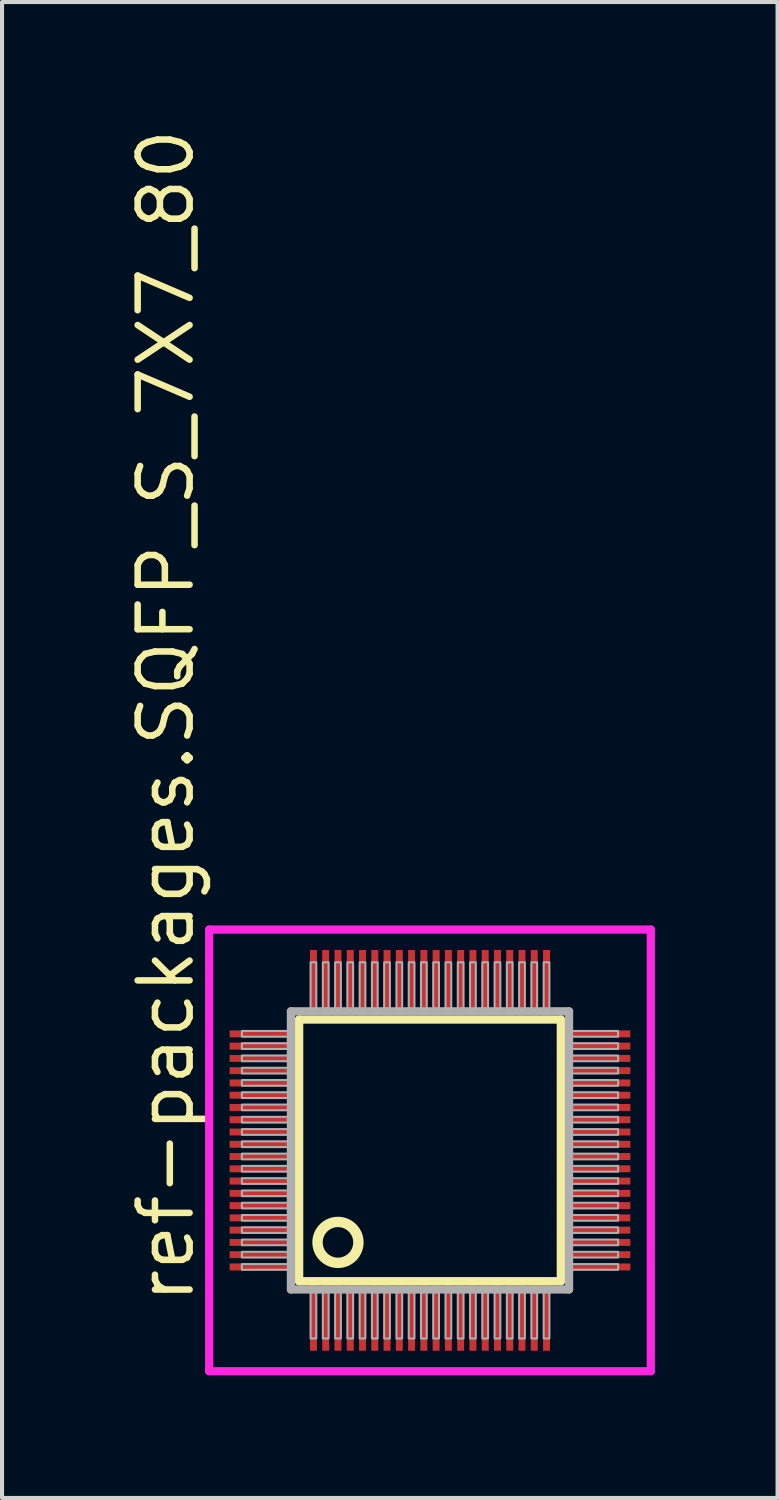
<source format=kicad_pcb>
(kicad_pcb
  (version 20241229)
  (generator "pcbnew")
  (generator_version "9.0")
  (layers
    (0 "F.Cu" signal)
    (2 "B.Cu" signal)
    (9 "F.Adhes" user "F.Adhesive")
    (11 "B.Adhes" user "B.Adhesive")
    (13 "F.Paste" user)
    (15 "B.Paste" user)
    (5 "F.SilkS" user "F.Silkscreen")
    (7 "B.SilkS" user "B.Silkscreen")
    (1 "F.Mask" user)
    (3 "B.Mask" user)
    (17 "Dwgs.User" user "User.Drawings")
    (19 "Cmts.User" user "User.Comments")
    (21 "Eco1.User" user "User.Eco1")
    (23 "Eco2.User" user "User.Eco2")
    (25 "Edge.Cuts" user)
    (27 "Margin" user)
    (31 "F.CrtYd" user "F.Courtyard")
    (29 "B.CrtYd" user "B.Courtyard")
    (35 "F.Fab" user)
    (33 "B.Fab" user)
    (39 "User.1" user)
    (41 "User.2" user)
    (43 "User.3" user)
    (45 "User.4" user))
  (footprint "ref-packages.SQFP_S_7X7_80"
    (layer "F.Cu")
    (at 7.465 25.082)
    (property "Reference" "ref-packages.SQFP_S_7X7_80" (at -5.715 3.81 90) (layer "F.SilkS") (effects (font (size 1.27 1.27) (thickness 0.16)) (justify left bottom)))
    (attr smd)
    (fp_line (start -3.2 -3.2) (end 3.2 -3.2) (stroke (width 0.203) (type default)) (layer "F.SilkS"))
    (fp_line (start -3.2 3.2) (end -3.2 -3.2) (stroke (width 0.203) (type default)) (layer "F.SilkS"))
    (fp_line (start 3.2 -3.2) (end 3.2 3.2) (stroke (width 0.203) (type default)) (layer "F.SilkS"))
    (fp_line (start 3.2 3.2) (end -3.2 3.2) (stroke (width 0.203) (type default)) (layer "F.SilkS"))
    (fp_circle (center -2.25 2.25) (end -1.75 2.25) (stroke (width 0.254) (type default)) (fill no) (layer "F.SilkS"))
    (fp_line (start -5.4 -5.4) (end 5.4 -5.4) (stroke (width 0.2) (type default)) (layer "F.CrtYd"))
    (fp_line (start -5.4 5.4) (end -5.4 -5.4) (stroke (width 0.2) (type default)) (layer "F.CrtYd"))
    (fp_line (start 5.4 -5.4) (end 5.4 5.4) (stroke (width 0.2) (type default)) (layer "F.CrtYd"))
    (fp_line (start 5.4 5.4) (end -5.4 5.4) (stroke (width 0.2) (type default)) (layer "F.CrtYd"))
    (fp_line (start -3.4 -3.4) (end -3.4 3.4) (stroke (width 0.203) (type default)) (layer "F.Fab"))
    (fp_line (start -3.4 3.4) (end 3.4 3.4) (stroke (width 0.203) (type default)) (layer "F.Fab"))
    (fp_line (start 3.4 -3.4) (end -3.4 -3.4) (stroke (width 0.203) (type default)) (layer "F.Fab"))
    (fp_line (start 3.4 3.4) (end 3.4 -3.4) (stroke (width 0.203) (type default)) (layer "F.Fab"))
    (fp_rect (start -4.6 -2.78) (end -3.45 -2.92) (stroke (width 0.05) (type default)) (fill no) (layer "F.Fab"))
    (fp_rect (start -4.6 -2.48) (end -3.45 -2.62) (stroke (width 0.05) (type default)) (fill no) (layer "F.Fab"))
    (fp_rect (start -4.6 -2.18) (end -3.45 -2.32) (stroke (width 0.05) (type default)) (fill no) (layer "F.Fab"))
    (fp_rect (start -4.6 -1.88) (end -3.45 -2.02) (stroke (width 0.05) (type default)) (fill no) (layer "F.Fab"))
    (fp_rect (start -4.6 -1.58) (end -3.45 -1.72) (stroke (width 0.05) (type default)) (fill no) (layer "F.Fab"))
    (fp_rect (start -4.6 -1.28) (end -3.45 -1.42) (stroke (width 0.05) (type default)) (fill no) (layer "F.Fab"))
    (fp_rect (start -4.6 -0.98) (end -3.45 -1.12) (stroke (width 0.05) (type default)) (fill no) (layer "F.Fab"))
    (fp_rect (start -4.6 -0.68) (end -3.45 -0.82) (stroke (width 0.05) (type default)) (fill no) (layer "F.Fab"))
    (fp_rect (start -4.6 -0.38) (end -3.45 -0.52) (stroke (width 0.05) (type default)) (fill no) (layer "F.Fab"))
    (fp_rect (start -4.6 -0.08) (end -3.45 -0.22) (stroke (width 0.05) (type default)) (fill no) (layer "F.Fab"))
    (fp_rect (start -4.6 0.22) (end -3.45 0.08) (stroke (width 0.05) (type default)) (fill no) (layer "F.Fab"))
    (fp_rect (start -4.6 0.52) (end -3.45 0.38) (stroke (width 0.05) (type default)) (fill no) (layer "F.Fab"))
    (fp_rect (start -4.6 0.82) (end -3.45 0.68) (stroke (width 0.05) (type default)) (fill no) (layer "F.Fab"))
    (fp_rect (start -4.6 1.12) (end -3.45 0.98) (stroke (width 0.05) (type default)) (fill no) (layer "F.Fab"))
    (fp_rect (start -4.6 1.42) (end -3.45 1.28) (stroke (width 0.05) (type default)) (fill no) (layer "F.Fab"))
    (fp_rect (start -4.6 1.72) (end -3.45 1.58) (stroke (width 0.05) (type default)) (fill no) (layer "F.Fab"))
    (fp_rect (start -4.6 2.02) (end -3.45 1.88) (stroke (width 0.05) (type default)) (fill no) (layer "F.Fab"))
    (fp_rect (start -4.6 2.32) (end -3.45 2.18) (stroke (width 0.05) (type default)) (fill no) (layer "F.Fab"))
    (fp_rect (start -4.6 2.62) (end -3.45 2.48) (stroke (width 0.05) (type default)) (fill no) (layer "F.Fab"))
    (fp_rect (start -4.6 2.92) (end -3.45 2.78) (stroke (width 0.05) (type default)) (fill no) (layer "F.Fab"))
    (fp_rect (start -2.92 -3.45) (end -2.78 -4.6) (stroke (width 0.05) (type default)) (fill no) (layer "F.Fab"))
    (fp_rect (start -2.92 4.6) (end -2.78 3.45) (stroke (width 0.05) (type default)) (fill no) (layer "F.Fab"))
    (fp_rect (start -2.62 -3.45) (end -2.48 -4.6) (stroke (width 0.05) (type default)) (fill no) (layer "F.Fab"))
    (fp_rect (start -2.62 4.6) (end -2.48 3.45) (stroke (width 0.05) (type default)) (fill no) (layer "F.Fab"))
    (fp_rect (start -2.32 -3.45) (end -2.18 -4.6) (stroke (width 0.05) (type default)) (fill no) (layer "F.Fab"))
    (fp_rect (start -2.32 4.6) (end -2.18 3.45) (stroke (width 0.05) (type default)) (fill no) (layer "F.Fab"))
    (fp_rect (start -2.02 -3.45) (end -1.88 -4.6) (stroke (width 0.05) (type default)) (fill no) (layer "F.Fab"))
    (fp_rect (start -2.02 4.6) (end -1.88 3.45) (stroke (width 0.05) (type default)) (fill no) (layer "F.Fab"))
    (fp_rect (start -1.72 -3.45) (end -1.58 -4.6) (stroke (width 0.05) (type default)) (fill no) (layer "F.Fab"))
    (fp_rect (start -1.72 4.6) (end -1.58 3.45) (stroke (width 0.05) (type default)) (fill no) (layer "F.Fab"))
    (fp_rect (start -1.42 -3.45) (end -1.28 -4.6) (stroke (width 0.05) (type default)) (fill no) (layer "F.Fab"))
    (fp_rect (start -1.42 4.6) (end -1.28 3.45) (stroke (width 0.05) (type default)) (fill no) (layer "F.Fab"))
    (fp_rect (start -1.12 -3.45) (end -0.98 -4.6) (stroke (width 0.05) (type default)) (fill no) (layer "F.Fab"))
    (fp_rect (start -1.12 4.6) (end -0.98 3.45) (stroke (width 0.05) (type default)) (fill no) (layer "F.Fab"))
    (fp_rect (start -0.82 -3.45) (end -0.68 -4.6) (stroke (width 0.05) (type default)) (fill no) (layer "F.Fab"))
    (fp_rect (start -0.82 4.6) (end -0.68 3.45) (stroke (width 0.05) (type default)) (fill no) (layer "F.Fab"))
    (fp_rect (start -0.52 -3.45) (end -0.38 -4.6) (stroke (width 0.05) (type default)) (fill no) (layer "F.Fab"))
    (fp_rect (start -0.52 4.6) (end -0.38 3.45) (stroke (width 0.05) (type default)) (fill no) (layer "F.Fab"))
    (fp_rect (start -0.22 -3.45) (end -0.08 -4.6) (stroke (width 0.05) (type default)) (fill no) (layer "F.Fab"))
    (fp_rect (start -0.22 4.6) (end -0.08 3.45) (stroke (width 0.05) (type default)) (fill no) (layer "F.Fab"))
    (fp_rect (start 0.08 -3.45) (end 0.22 -4.6) (stroke (width 0.05) (type default)) (fill no) (layer "F.Fab"))
    (fp_rect (start 0.08 4.6) (end 0.22 3.45) (stroke (width 0.05) (type default)) (fill no) (layer "F.Fab"))
    (fp_rect (start 0.38 -3.45) (end 0.52 -4.6) (stroke (width 0.05) (type default)) (fill no) (layer "F.Fab"))
    (fp_rect (start 0.38 4.6) (end 0.52 3.45) (stroke (width 0.05) (type default)) (fill no) (layer "F.Fab"))
    (fp_rect (start 0.68 -3.45) (end 0.82 -4.6) (stroke (width 0.05) (type default)) (fill no) (layer "F.Fab"))
    (fp_rect (start 0.68 4.6) (end 0.82 3.45) (stroke (width 0.05) (type default)) (fill no) (layer "F.Fab"))
    (fp_rect (start 0.98 -3.45) (end 1.12 -4.6) (stroke (width 0.05) (type default)) (fill no) (layer "F.Fab"))
    (fp_rect (start 0.98 4.6) (end 1.12 3.45) (stroke (width 0.05) (type default)) (fill no) (layer "F.Fab"))
    (fp_rect (start 1.28 -3.45) (end 1.42 -4.6) (stroke (width 0.05) (type default)) (fill no) (layer "F.Fab"))
    (fp_rect (start 1.28 4.6) (end 1.42 3.45) (stroke (width 0.05) (type default)) (fill no) (layer "F.Fab"))
    (fp_rect (start 1.58 -3.45) (end 1.72 -4.6) (stroke (width 0.05) (type default)) (fill no) (layer "F.Fab"))
    (fp_rect (start 1.58 4.6) (end 1.72 3.45) (stroke (width 0.05) (type default)) (fill no) (layer "F.Fab"))
    (fp_rect (start 1.88 -3.45) (end 2.02 -4.6) (stroke (width 0.05) (type default)) (fill no) (layer "F.Fab"))
    (fp_rect (start 1.88 4.6) (end 2.02 3.45) (stroke (width 0.05) (type default)) (fill no) (layer "F.Fab"))
    (fp_rect (start 2.18 -3.45) (end 2.32 -4.6) (stroke (width 0.05) (type default)) (fill no) (layer "F.Fab"))
    (fp_rect (start 2.18 4.6) (end 2.32 3.45) (stroke (width 0.05) (type default)) (fill no) (layer "F.Fab"))
    (fp_rect (start 2.48 -3.45) (end 2.62 -4.6) (stroke (width 0.05) (type default)) (fill no) (layer "F.Fab"))
    (fp_rect (start 2.48 4.6) (end 2.62 3.45) (stroke (width 0.05) (type default)) (fill no) (layer "F.Fab"))
    (fp_rect (start 2.78 -3.45) (end 2.92 -4.6) (stroke (width 0.05) (type default)) (fill no) (layer "F.Fab"))
    (fp_rect (start 2.78 4.6) (end 2.92 3.45) (stroke (width 0.05) (type default)) (fill no) (layer "F.Fab"))
    (fp_rect (start 3.45 -2.78) (end 4.6 -2.92) (stroke (width 0.05) (type default)) (fill no) (layer "F.Fab"))
    (fp_rect (start 3.45 -2.48) (end 4.6 -2.62) (stroke (width 0.05) (type default)) (fill no) (layer "F.Fab"))
    (fp_rect (start 3.45 -2.18) (end 4.6 -2.32) (stroke (width 0.05) (type default)) (fill no) (layer "F.Fab"))
    (fp_rect (start 3.45 -1.88) (end 4.6 -2.02) (stroke (width 0.05) (type default)) (fill no) (layer "F.Fab"))
    (fp_rect (start 3.45 -1.58) (end 4.6 -1.72) (stroke (width 0.05) (type default)) (fill no) (layer "F.Fab"))
    (fp_rect (start 3.45 -1.28) (end 4.6 -1.42) (stroke (width 0.05) (type default)) (fill no) (layer "F.Fab"))
    (fp_rect (start 3.45 -0.98) (end 4.6 -1.12) (stroke (width 0.05) (type default)) (fill no) (layer "F.Fab"))
    (fp_rect (start 3.45 -0.68) (end 4.6 -0.82) (stroke (width 0.05) (type default)) (fill no) (layer "F.Fab"))
    (fp_rect (start 3.45 -0.38) (end 4.6 -0.52) (stroke (width 0.05) (type default)) (fill no) (layer "F.Fab"))
    (fp_rect (start 3.45 -0.08) (end 4.6 -0.22) (stroke (width 0.05) (type default)) (fill no) (layer "F.Fab"))
    (fp_rect (start 3.45 0.22) (end 4.6 0.08) (stroke (width 0.05) (type default)) (fill no) (layer "F.Fab"))
    (fp_rect (start 3.45 0.52) (end 4.6 0.38) (stroke (width 0.05) (type default)) (fill no) (layer "F.Fab"))
    (fp_rect (start 3.45 0.82) (end 4.6 0.68) (stroke (width 0.05) (type default)) (fill no) (layer "F.Fab"))
    (fp_rect (start 3.45 1.12) (end 4.6 0.98) (stroke (width 0.05) (type default)) (fill no) (layer "F.Fab"))
    (fp_rect (start 3.45 1.42) (end 4.6 1.28) (stroke (width 0.05) (type default)) (fill no) (layer "F.Fab"))
    (fp_rect (start 3.45 1.72) (end 4.6 1.58) (stroke (width 0.05) (type default)) (fill no) (layer "F.Fab"))
    (fp_rect (start 3.45 2.02) (end 4.6 1.88) (stroke (width 0.05) (type default)) (fill no) (layer "F.Fab"))
    (fp_rect (start 3.45 2.32) (end 4.6 2.18) (stroke (width 0.05) (type default)) (fill no) (layer "F.Fab"))
    (fp_rect (start 3.45 2.62) (end 4.6 2.48) (stroke (width 0.05) (type default)) (fill no) (layer "F.Fab"))
    (fp_rect (start 3.45 2.92) (end 4.6 2.78) (stroke (width 0.05) (type default)) (fill no) (layer "F.Fab"))
    (pad "1" smd roundrect (at -2.85 4.1) (size 0.17 1.6) (layers "F.Cu" "F.Mask" "F.Paste") (roundrect_rratio 0.01))
    (pad "2" smd roundrect (at -2.55 4.1) (size 0.17 1.6) (layers "F.Cu" "F.Mask" "F.Paste") (roundrect_rratio 0.01))
    (pad "3" smd roundrect (at -2.25 4.1) (size 0.17 1.6) (layers "F.Cu" "F.Mask" "F.Paste") (roundrect_rratio 0.01))
    (pad "4" smd roundrect (at -1.95 4.1) (size 0.17 1.6) (layers "F.Cu" "F.Mask" "F.Paste") (roundrect_rratio 0.01))
    (pad "5" smd roundrect (at -1.65 4.1) (size 0.17 1.6) (layers "F.Cu" "F.Mask" "F.Paste") (roundrect_rratio 0.01))
    (pad "6" smd roundrect (at -1.35 4.1) (size 0.17 1.6) (layers "F.Cu" "F.Mask" "F.Paste") (roundrect_rratio 0.01))
    (pad "7" smd roundrect (at -1.05 4.1) (size 0.17 1.6) (layers "F.Cu" "F.Mask" "F.Paste") (roundrect_rratio 0.01))
    (pad "8" smd roundrect (at -0.75 4.1) (size 0.17 1.6) (layers "F.Cu" "F.Mask" "F.Paste") (roundrect_rratio 0.01))
    (pad "9" smd roundrect (at -0.45 4.1) (size 0.17 1.6) (layers "F.Cu" "F.Mask" "F.Paste") (roundrect_rratio 0.01))
    (pad "10" smd roundrect (at -0.15 4.1) (size 0.17 1.6) (layers "F.Cu" "F.Mask" "F.Paste") (roundrect_rratio 0.01))
    (pad "11" smd roundrect (at 0.15 4.1) (size 0.17 1.6) (layers "F.Cu" "F.Mask" "F.Paste") (roundrect_rratio 0.01))
    (pad "12" smd roundrect (at 0.45 4.1) (size 0.17 1.6) (layers "F.Cu" "F.Mask" "F.Paste") (roundrect_rratio 0.01))
    (pad "13" smd roundrect (at 0.75 4.1) (size 0.17 1.6) (layers "F.Cu" "F.Mask" "F.Paste") (roundrect_rratio 0.01))
    (pad "14" smd roundrect (at 1.05 4.1) (size 0.17 1.6) (layers "F.Cu" "F.Mask" "F.Paste") (roundrect_rratio 0.01))
    (pad "15" smd roundrect (at 1.35 4.1) (size 0.17 1.6) (layers "F.Cu" "F.Mask" "F.Paste") (roundrect_rratio 0.01))
    (pad "16" smd roundrect (at 1.65 4.1) (size 0.17 1.6) (layers "F.Cu" "F.Mask" "F.Paste") (roundrect_rratio 0.01))
    (pad "17" smd roundrect (at 1.95 4.1) (size 0.17 1.6) (layers "F.Cu" "F.Mask" "F.Paste") (roundrect_rratio 0.01))
    (pad "18" smd roundrect (at 2.25 4.1) (size 0.17 1.6) (layers "F.Cu" "F.Mask" "F.Paste") (roundrect_rratio 0.01))
    (pad "19" smd roundrect (at 2.55 4.1) (size 0.17 1.6) (layers "F.Cu" "F.Mask" "F.Paste") (roundrect_rratio 0.01))
    (pad "20" smd roundrect (at 2.85 4.1) (size 0.17 1.6) (layers "F.Cu" "F.Mask" "F.Paste") (roundrect_rratio 0.01))
    (pad "21" smd roundrect (at 4.1 2.85) (size 1.6 0.17) (layers "F.Cu" "F.Mask" "F.Paste") (roundrect_rratio 0.01))
    (pad "22" smd roundrect (at 4.1 2.55) (size 1.6 0.17) (layers "F.Cu" "F.Mask" "F.Paste") (roundrect_rratio 0.01))
    (pad "23" smd roundrect (at 4.1 2.25) (size 1.6 0.17) (layers "F.Cu" "F.Mask" "F.Paste") (roundrect_rratio 0.01))
    (pad "24" smd roundrect (at 4.1 1.95) (size 1.6 0.17) (layers "F.Cu" "F.Mask" "F.Paste") (roundrect_rratio 0.01))
    (pad "25" smd roundrect (at 4.1 1.65) (size 1.6 0.17) (layers "F.Cu" "F.Mask" "F.Paste") (roundrect_rratio 0.01))
    (pad "26" smd roundrect (at 4.1 1.35) (size 1.6 0.17) (layers "F.Cu" "F.Mask" "F.Paste") (roundrect_rratio 0.01))
    (pad "27" smd roundrect (at 4.1 1.05) (size 1.6 0.17) (layers "F.Cu" "F.Mask" "F.Paste") (roundrect_rratio 0.01))
    (pad "28" smd roundrect (at 4.1 0.75) (size 1.6 0.17) (layers "F.Cu" "F.Mask" "F.Paste") (roundrect_rratio 0.01))
    (pad "29" smd roundrect (at 4.1 0.45) (size 1.6 0.17) (layers "F.Cu" "F.Mask" "F.Paste") (roundrect_rratio 0.01))
    (pad "30" smd roundrect (at 4.1 0.15) (size 1.6 0.17) (layers "F.Cu" "F.Mask" "F.Paste") (roundrect_rratio 0.01))
    (pad "31" smd roundrect (at 4.1 -0.15) (size 1.6 0.17) (layers "F.Cu" "F.Mask" "F.Paste") (roundrect_rratio 0.01))
    (pad "32" smd roundrect (at 4.1 -0.45) (size 1.6 0.17) (layers "F.Cu" "F.Mask" "F.Paste") (roundrect_rratio 0.01))
    (pad "33" smd roundrect (at 4.1 -0.75) (size 1.6 0.17) (layers "F.Cu" "F.Mask" "F.Paste") (roundrect_rratio 0.01))
    (pad "34" smd roundrect (at 4.1 -1.05) (size 1.6 0.17) (layers "F.Cu" "F.Mask" "F.Paste") (roundrect_rratio 0.01))
    (pad "35" smd roundrect (at 4.1 -1.35) (size 1.6 0.17) (layers "F.Cu" "F.Mask" "F.Paste") (roundrect_rratio 0.01))
    (pad "36" smd roundrect (at 4.1 -1.65) (size 1.6 0.17) (layers "F.Cu" "F.Mask" "F.Paste") (roundrect_rratio 0.01))
    (pad "37" smd roundrect (at 4.1 -1.95) (size 1.6 0.17) (layers "F.Cu" "F.Mask" "F.Paste") (roundrect_rratio 0.01))
    (pad "38" smd roundrect (at 4.1 -2.25) (size 1.6 0.17) (layers "F.Cu" "F.Mask" "F.Paste") (roundrect_rratio 0.01))
    (pad "39" smd roundrect (at 4.1 -2.55) (size 1.6 0.17) (layers "F.Cu" "F.Mask" "F.Paste") (roundrect_rratio 0.01))
    (pad "40" smd roundrect (at 4.1 -2.85) (size 1.6 0.17) (layers "F.Cu" "F.Mask" "F.Paste") (roundrect_rratio 0.01))
    (pad "41" smd roundrect (at 2.85 -4.1) (size 0.17 1.6) (layers "F.Cu" "F.Mask" "F.Paste") (roundrect_rratio 0.01))
    (pad "42" smd roundrect (at 2.55 -4.1) (size 0.17 1.6) (layers "F.Cu" "F.Mask" "F.Paste") (roundrect_rratio 0.01))
    (pad "43" smd roundrect (at 2.25 -4.1) (size 0.17 1.6) (layers "F.Cu" "F.Mask" "F.Paste") (roundrect_rratio 0.01))
    (pad "44" smd roundrect (at 1.95 -4.1) (size 0.17 1.6) (layers "F.Cu" "F.Mask" "F.Paste") (roundrect_rratio 0.01))
    (pad "45" smd roundrect (at 1.65 -4.1) (size 0.17 1.6) (layers "F.Cu" "F.Mask" "F.Paste") (roundrect_rratio 0.01))
    (pad "46" smd roundrect (at 1.35 -4.1) (size 0.17 1.6) (layers "F.Cu" "F.Mask" "F.Paste") (roundrect_rratio 0.01))
    (pad "47" smd roundrect (at 1.05 -4.1) (size 0.17 1.6) (layers "F.Cu" "F.Mask" "F.Paste") (roundrect_rratio 0.01))
    (pad "48" smd roundrect (at 0.75 -4.1) (size 0.17 1.6) (layers "F.Cu" "F.Mask" "F.Paste") (roundrect_rratio 0.01))
    (pad "49" smd roundrect (at 0.45 -4.1) (size 0.17 1.6) (layers "F.Cu" "F.Mask" "F.Paste") (roundrect_rratio 0.01))
    (pad "50" smd roundrect (at 0.15 -4.1) (size 0.17 1.6) (layers "F.Cu" "F.Mask" "F.Paste") (roundrect_rratio 0.01))
    (pad "51" smd roundrect (at -0.15 -4.1) (size 0.17 1.6) (layers "F.Cu" "F.Mask" "F.Paste") (roundrect_rratio 0.01))
    (pad "52" smd roundrect (at -0.45 -4.1) (size 0.17 1.6) (layers "F.Cu" "F.Mask" "F.Paste") (roundrect_rratio 0.01))
    (pad "53" smd roundrect (at -0.75 -4.1) (size 0.17 1.6) (layers "F.Cu" "F.Mask" "F.Paste") (roundrect_rratio 0.01))
    (pad "54" smd roundrect (at -1.05 -4.1) (size 0.17 1.6) (layers "F.Cu" "F.Mask" "F.Paste") (roundrect_rratio 0.01))
    (pad "55" smd roundrect (at -1.35 -4.1) (size 0.17 1.6) (layers "F.Cu" "F.Mask" "F.Paste") (roundrect_rratio 0.01))
    (pad "56" smd roundrect (at -1.65 -4.1) (size 0.17 1.6) (layers "F.Cu" "F.Mask" "F.Paste") (roundrect_rratio 0.01))
    (pad "57" smd roundrect (at -1.95 -4.1) (size 0.17 1.6) (layers "F.Cu" "F.Mask" "F.Paste") (roundrect_rratio 0.01))
    (pad "58" smd roundrect (at -2.25 -4.1) (size 0.17 1.6) (layers "F.Cu" "F.Mask" "F.Paste") (roundrect_rratio 0.01))
    (pad "59" smd roundrect (at -2.55 -4.1) (size 0.17 1.6) (layers "F.Cu" "F.Mask" "F.Paste") (roundrect_rratio 0.01))
    (pad "60" smd roundrect (at -2.85 -4.1) (size 0.17 1.6) (layers "F.Cu" "F.Mask" "F.Paste") (roundrect_rratio 0.01))
    (pad "61" smd roundrect (at -4.1 -2.85) (size 1.6 0.17) (layers "F.Cu" "F.Mask" "F.Paste") (roundrect_rratio 0.01))
    (pad "62" smd roundrect (at -4.1 -2.55) (size 1.6 0.17) (layers "F.Cu" "F.Mask" "F.Paste") (roundrect_rratio 0.01))
    (pad "63" smd roundrect (at -4.1 -2.25) (size 1.6 0.17) (layers "F.Cu" "F.Mask" "F.Paste") (roundrect_rratio 0.01))
    (pad "64" smd roundrect (at -4.1 -1.95) (size 1.6 0.17) (layers "F.Cu" "F.Mask" "F.Paste") (roundrect_rratio 0.01))
    (pad "65" smd roundrect (at -4.1 -1.65) (size 1.6 0.17) (layers "F.Cu" "F.Mask" "F.Paste") (roundrect_rratio 0.01))
    (pad "66" smd roundrect (at -4.1 -1.35) (size 1.6 0.17) (layers "F.Cu" "F.Mask" "F.Paste") (roundrect_rratio 0.01))
    (pad "67" smd roundrect (at -4.1 -1.05) (size 1.6 0.17) (layers "F.Cu" "F.Mask" "F.Paste") (roundrect_rratio 0.01))
    (pad "68" smd roundrect (at -4.1 -0.75) (size 1.6 0.17) (layers "F.Cu" "F.Mask" "F.Paste") (roundrect_rratio 0.01))
    (pad "69" smd roundrect (at -4.1 -0.45) (size 1.6 0.17) (layers "F.Cu" "F.Mask" "F.Paste") (roundrect_rratio 0.01))
    (pad "70" smd roundrect (at -4.1 -0.15) (size 1.6 0.17) (layers "F.Cu" "F.Mask" "F.Paste") (roundrect_rratio 0.01))
    (pad "71" smd roundrect (at -4.1 0.15) (size 1.6 0.17) (layers "F.Cu" "F.Mask" "F.Paste") (roundrect_rratio 0.01))
    (pad "72" smd roundrect (at -4.1 0.45) (size 1.6 0.17) (layers "F.Cu" "F.Mask" "F.Paste") (roundrect_rratio 0.01))
    (pad "73" smd roundrect (at -4.1 0.75) (size 1.6 0.17) (layers "F.Cu" "F.Mask" "F.Paste") (roundrect_rratio 0.01))
    (pad "74" smd roundrect (at -4.1 1.05) (size 1.6 0.17) (layers "F.Cu" "F.Mask" "F.Paste") (roundrect_rratio 0.01))
    (pad "75" smd roundrect (at -4.1 1.35) (size 1.6 0.17) (layers "F.Cu" "F.Mask" "F.Paste") (roundrect_rratio 0.01))
    (pad "76" smd roundrect (at -4.1 1.65) (size 1.6 0.17) (layers "F.Cu" "F.Mask" "F.Paste") (roundrect_rratio 0.01))
    (pad "77" smd roundrect (at -4.1 1.95) (size 1.6 0.17) (layers "F.Cu" "F.Mask" "F.Paste") (roundrect_rratio 0.01))
    (pad "78" smd roundrect (at -4.1 2.25) (size 1.6 0.17) (layers "F.Cu" "F.Mask" "F.Paste") (roundrect_rratio 0.01))
    (pad "79" smd roundrect (at -4.1 2.55) (size 1.6 0.17) (layers "F.Cu" "F.Mask" "F.Paste") (roundrect_rratio 0.01))
    (pad "80" smd roundrect (at -4.1 2.85) (size 1.6 0.17) (layers "F.Cu" "F.Mask" "F.Paste") (roundrect_rratio 0.01)))
  (gr_rect
    (start -3 -3)
    (end 15.965 33.582)
    (stroke (width 0.1) (type default))
    (fill no)
    (layer "Edge.Cuts")))
</source>
